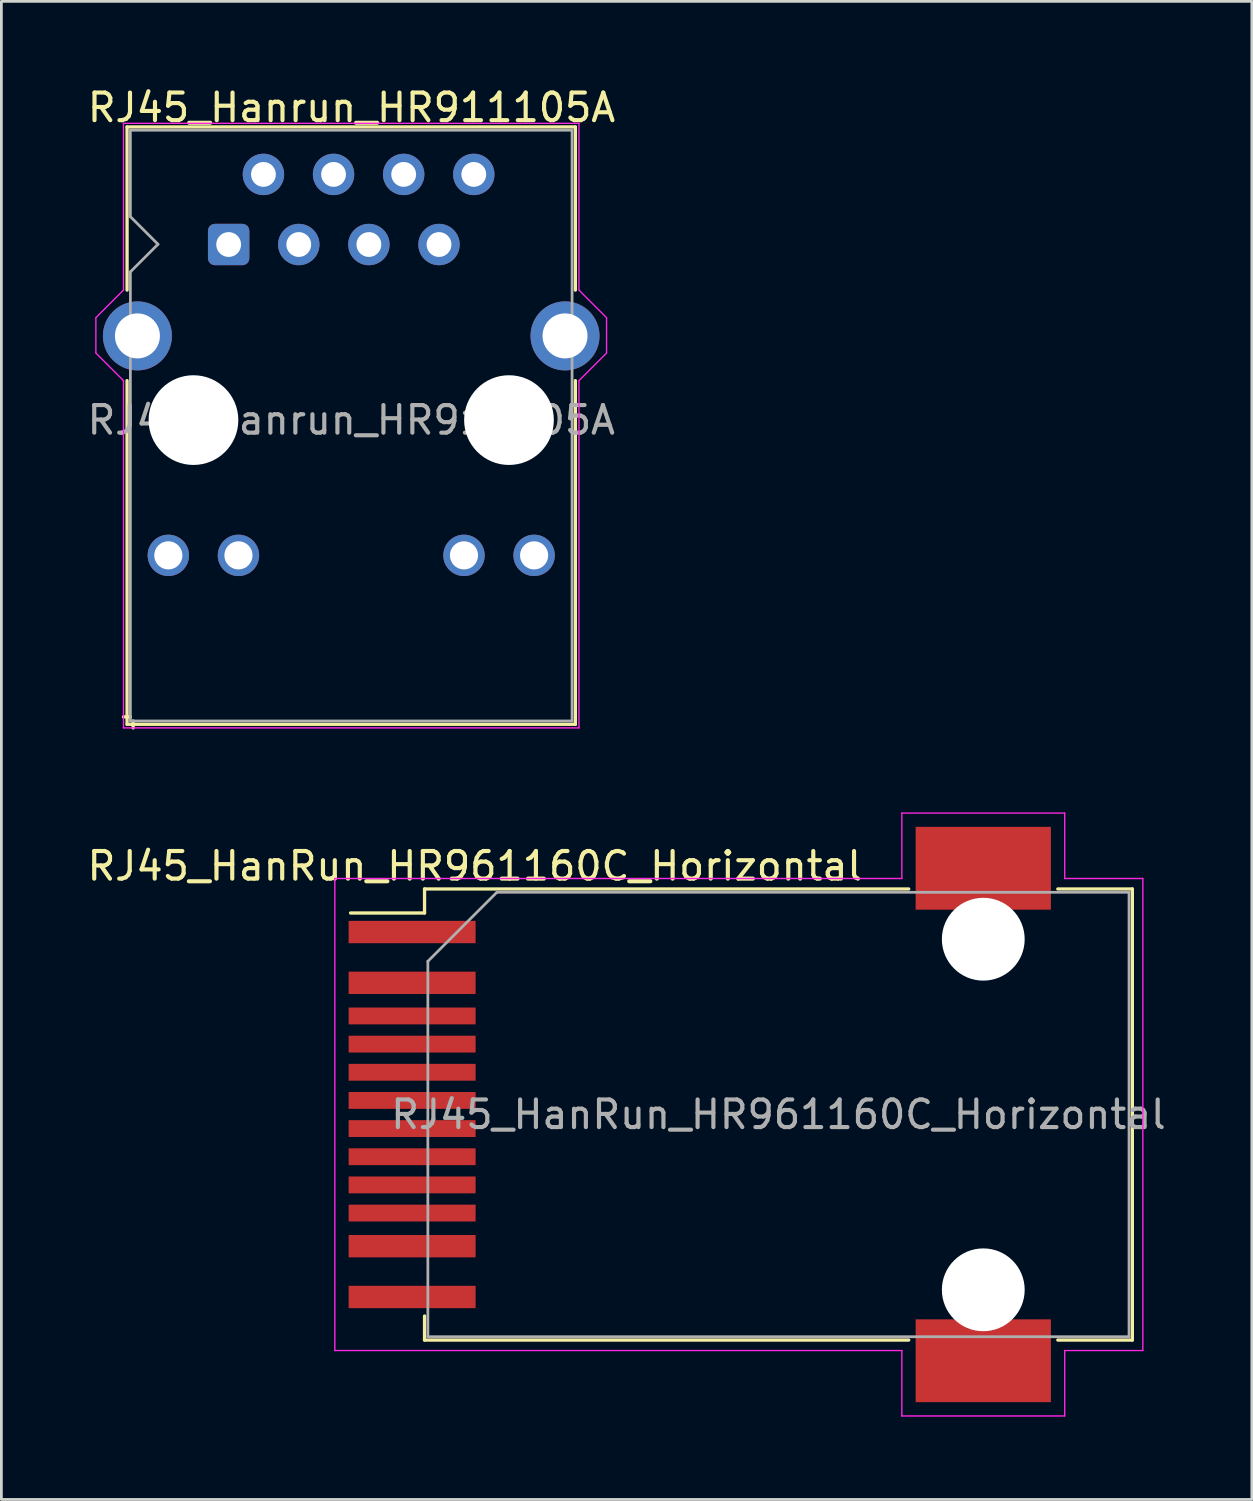
<source format=kicad_pcb>
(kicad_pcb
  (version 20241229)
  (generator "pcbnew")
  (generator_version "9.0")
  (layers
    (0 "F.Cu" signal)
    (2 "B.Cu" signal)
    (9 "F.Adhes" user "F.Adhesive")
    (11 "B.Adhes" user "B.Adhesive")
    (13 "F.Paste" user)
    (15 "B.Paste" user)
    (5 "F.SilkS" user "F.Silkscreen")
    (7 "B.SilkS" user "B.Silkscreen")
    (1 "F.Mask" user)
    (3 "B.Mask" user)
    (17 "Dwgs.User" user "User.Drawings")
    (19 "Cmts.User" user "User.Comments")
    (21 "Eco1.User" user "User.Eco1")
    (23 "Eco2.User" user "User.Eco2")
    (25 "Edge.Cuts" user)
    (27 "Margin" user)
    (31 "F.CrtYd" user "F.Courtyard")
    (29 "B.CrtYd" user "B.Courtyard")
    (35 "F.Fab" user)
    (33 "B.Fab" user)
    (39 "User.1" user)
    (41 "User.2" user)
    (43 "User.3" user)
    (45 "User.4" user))
  (footprint "RJ45_Hanrun_HR911105A"
    (layer "F.Cu")
    (at 5.233 5.808)
    (property "Reference" "RJ45_Hanrun_HR911105A" (at 4.45 -4.96 0) (layer "F.SilkS") (effects (font (size 1 1) (thickness 0.15))))
    (attr through_hole)
    (fp_line (start -3.68 -4.26) (end -3.68 1.65) (stroke (width 0.12) (type solid)) (layer "F.SilkS"))
    (fp_line (start -3.68 -4.26) (end 12.56 -4.26) (stroke (width 0.12) (type solid)) (layer "F.SilkS"))
    (fp_line (start -3.68 4.93) (end -3.68 17.38) (stroke (width 0.12) (type solid)) (layer "F.SilkS"))
    (fp_line (start -3.56 17.11) (end -3.81 17.11) (stroke (width 0.12) (type solid)) (layer "F.SilkS"))
    (fp_line (start -3.46 17.26) (end -3.46 17.51) (stroke (width 0.12) (type solid)) (layer "F.SilkS"))
    (fp_line (start 12.56 -4.26) (end 12.56 1.65) (stroke (width 0.12) (type solid)) (layer "F.SilkS"))
    (fp_line (start 12.56 4.93) (end 12.56 17.38) (stroke (width 0.12) (type solid)) (layer "F.SilkS"))
    (fp_line (start 12.56 17.38) (end -3.68 17.38) (stroke (width 0.12) (type solid)) (layer "F.SilkS"))
    (fp_line (start -4.81 3.93) (end -4.81 2.65) (stroke (width 0.05) (type solid)) (layer "F.CrtYd"))
    (fp_line (start -4.81 3.93) (end -3.81 4.93) (stroke (width 0.05) (type solid)) (layer "F.CrtYd"))
    (fp_line (start -3.81 -4.39) (end 12.69 -4.39) (stroke (width 0.05) (type solid)) (layer "F.CrtYd"))
    (fp_line (start -3.81 1.65) (end -4.81 2.65) (stroke (width 0.05) (type solid)) (layer "F.CrtYd"))
    (fp_line (start -3.81 1.65) (end -3.81 -4.4) (stroke (width 0.05) (type solid)) (layer "F.CrtYd"))
    (fp_line (start -3.81 4.93) (end -3.81 17.51) (stroke (width 0.05) (type solid)) (layer "F.CrtYd"))
    (fp_line (start -3.81 17.51) (end 12.69 17.51) (stroke (width 0.05) (type solid)) (layer "F.CrtYd"))
    (fp_line (start 12.69 1.65) (end 12.69 -4.39) (stroke (width 0.05) (type solid)) (layer "F.CrtYd"))
    (fp_line (start 12.69 1.65) (end 13.69 2.65) (stroke (width 0.05) (type solid)) (layer "F.CrtYd"))
    (fp_line (start 12.69 4.93) (end 12.69 17.51) (stroke (width 0.05) (type solid)) (layer "F.CrtYd"))
    (fp_line (start 13.69 3.93) (end 12.69 4.93) (stroke (width 0.05) (type solid)) (layer "F.CrtYd"))
    (fp_line (start 13.69 3.93) (end 13.69 2.65) (stroke (width 0.05) (type solid)) (layer "F.CrtYd"))
    (fp_line (start -3.56 -4.14) (end -3.56 -1.01) (stroke (width 0.1) (type solid)) (layer "F.Fab"))
    (fp_line (start -3.56 -4.14) (end 12.44 -4.14) (stroke (width 0.1) (type solid)) (layer "F.Fab"))
    (fp_line (start -3.56 0.99) (end -3.56 17.26) (stroke (width 0.1) (type solid)) (layer "F.Fab"))
    (fp_line (start -3.56 17.26) (end 12.44 17.26) (stroke (width 0.1) (type solid)) (layer "F.Fab"))
    (fp_line (start -2.56 -0.01) (end -3.56 -1.01) (stroke (width 0.1) (type solid)) (layer "F.Fab"))
    (fp_line (start -2.56 -0.01) (end -3.56 0.99) (stroke (width 0.1) (type solid)) (layer "F.Fab"))
    (fp_line (start 12.44 -4.14) (end 12.44 17.26) (stroke (width 0.1) (type solid)) (layer "F.Fab"))
    (fp_text user "${REFERENCE}" (at 4.44 6.36 0) (layer "F.Fab") (effects (font (size 1 1) (thickness 0.15))))
    (pad "" np_thru_hole circle (at -1.275 6.36) (size 3.25 3.25) (drill 3.25) (layers "*.Cu" "*.Mask"))
    (pad "" np_thru_hole circle (at 10.155 6.36) (size 3.25 3.25) (drill 3.25) (layers "*.Cu" "*.Mask"))
    (pad "1" thru_hole roundrect (at 0 0) (size 1.5 1.5) (drill 0.9) (layers "*.Cu" "*.Mask") (roundrect_rratio 0.167))
    (pad "2" thru_hole circle (at 1.26 -2.54) (size 1.5 1.5) (drill 0.9) (layers "*.Cu" "*.Mask"))
    (pad "3" thru_hole circle (at 2.54 0) (size 1.5 1.5) (drill 0.9) (layers "*.Cu" "*.Mask"))
    (pad "4" thru_hole circle (at 3.8 -2.54) (size 1.5 1.5) (drill 0.9) (layers "*.Cu" "*.Mask"))
    (pad "5" thru_hole circle (at 5.08 0) (size 1.5 1.5) (drill 0.9) (layers "*.Cu" "*.Mask"))
    (pad "6" thru_hole circle (at 6.34 -2.54 90) (size 1.5 1.5) (drill 0.9) (layers "*.Cu" "*.Mask"))
    (pad "7" thru_hole circle (at 7.62 0) (size 1.5 1.5) (drill 0.9) (layers "*.Cu" "*.Mask"))
    (pad "8" thru_hole circle (at 8.88 -2.54) (size 1.5 1.5) (drill 0.9) (layers "*.Cu" "*.Mask"))
    (pad "9" thru_hole circle (at -2.185 11.26) (size 1.5 1.5) (drill 1.02) (layers "*.Cu" "*.Mask"))
    (pad "10" thru_hole circle (at 0.355 11.26) (size 1.5 1.5) (drill 1.02) (layers "*.Cu" "*.Mask"))
    (pad "11" thru_hole circle (at 8.525 11.26) (size 1.5 1.5) (drill 1.02) (layers "*.Cu" "*.Mask"))
    (pad "12" thru_hole circle (at 11.065 11.26) (size 1.5 1.5) (drill 1.02) (layers "*.Cu" "*.Mask"))
    (pad "SH" thru_hole circle (at -3.305 3.31) (size 2.5 2.5) (drill 1.63) (layers "*.Cu" "*.Mask"))
    (pad "SH" thru_hole circle (at 12.185 3.31) (size 2.5 2.5) (drill 1.63) (layers "*.Cu" "*.Mask")))
  (footprint "RJ45_HanRun_HR961160C_Horizontal"
    (layer "F.Cu")
    (at 25.149 37.323)
    (property "Reference" "RJ45_HanRun_HR961160C_Horizontal" (at -11 -9 0) (layer "F.SilkS") (effects (font (size 1 1) (thickness 0.15))))
    (attr smd)
    (fp_line (start -12.82 -8.17) (end -12.82 -7.3) (stroke (width 0.12) (type solid)) (layer "F.SilkS"))
    (fp_line (start -12.82 -8.17) (end 4.72 -8.17) (stroke (width 0.12) (type solid)) (layer "F.SilkS"))
    (fp_line (start -12.82 -7.3) (end -15.5 -7.3) (stroke (width 0.12) (type solid)) (layer "F.SilkS"))
    (fp_line (start -12.82 8.17) (end -12.82 7.3) (stroke (width 0.12) (type solid)) (layer "F.SilkS"))
    (fp_line (start -12.82 8.17) (end 4.72 8.17) (stroke (width 0.12) (type solid)) (layer "F.SilkS"))
    (fp_line (start 12.82 -8.17) (end 10.12 -8.17) (stroke (width 0.12) (type solid)) (layer "F.SilkS"))
    (fp_line (start 12.82 -8.17) (end 12.82 8.17) (stroke (width 0.12) (type solid)) (layer "F.SilkS"))
    (fp_line (start 12.82 8.17) (end 10.12 8.17) (stroke (width 0.12) (type solid)) (layer "F.SilkS"))
    (fp_line (start -16.07 -8.55) (end -16.07 8.55) (stroke (width 0.05) (type solid)) (layer "F.CrtYd"))
    (fp_line (start -16.07 -8.55) (end 4.47 -8.55) (stroke (width 0.05) (type solid)) (layer "F.CrtYd"))
    (fp_line (start -16.07 8.55) (end 4.47 8.55) (stroke (width 0.05) (type solid)) (layer "F.CrtYd"))
    (fp_line (start 4.47 -10.92) (end 4.47 -8.55) (stroke (width 0.05) (type solid)) (layer "F.CrtYd"))
    (fp_line (start 4.47 -10.92) (end 10.37 -10.92) (stroke (width 0.05) (type solid)) (layer "F.CrtYd"))
    (fp_line (start 4.47 8.55) (end 4.47 10.92) (stroke (width 0.05) (type solid)) (layer "F.CrtYd"))
    (fp_line (start 4.47 10.92) (end 10.37 10.92) (stroke (width 0.05) (type solid)) (layer "F.CrtYd"))
    (fp_line (start 10.37 -10.92) (end 10.37 -8.55) (stroke (width 0.05) (type solid)) (layer "F.CrtYd"))
    (fp_line (start 10.37 8.55) (end 10.37 10.92) (stroke (width 0.05) (type solid)) (layer "F.CrtYd"))
    (fp_line (start 13.2 -8.55) (end 10.37 -8.55) (stroke (width 0.05) (type solid)) (layer "F.CrtYd"))
    (fp_line (start 13.2 -8.55) (end 13.2 8.55) (stroke (width 0.05) (type solid)) (layer "F.CrtYd"))
    (fp_line (start 13.2 8.55) (end 10.37 8.55) (stroke (width 0.05) (type solid)) (layer "F.CrtYd"))
    (fp_line (start -12.7 -5.55) (end -12.7 8.05) (stroke (width 0.1) (type solid)) (layer "F.Fab"))
    (fp_line (start -12.7 -5.55) (end -10.2 -8.05) (stroke (width 0.1) (type solid)) (layer "F.Fab"))
    (fp_line (start -12.7 8.05) (end 12.7 8.05) (stroke (width 0.1) (type solid)) (layer "F.Fab"))
    (fp_line (start 12.7 -8.05) (end -10.2 -8.05) (stroke (width 0.1) (type solid)) (layer "F.Fab"))
    (fp_line (start 12.7 8.05) (end 12.7 -8.05) (stroke (width 0.1) (type solid)) (layer "F.Fab"))
    (fp_text user "${REFERENCE}" (at 0 0 0) (layer "F.Fab") (effects (font (size 1 1) (thickness 0.15))))
    (pad "" np_thru_hole circle (at 7.42 -6.35) (size 3 3) (drill 3) (layers "*.Cu" "*.Mask"))
    (pad "" np_thru_hole circle (at 7.42 6.35) (size 3 3) (drill 3) (layers "*.Cu" "*.Mask"))
    (pad "1" smd rect (at -13.27 -6.61) (size 4.6 0.81) (layers "F.Cu" "F.Mask" "F.Paste"))
    (pad "2" smd rect (at -13.27 -4.77) (size 4.6 0.81) (layers "F.Cu" "F.Mask" "F.Paste"))
    (pad "3" smd rect (at -13.27 -3.57) (size 4.6 0.61) (layers "F.Cu" "F.Mask" "F.Paste"))
    (pad "4" smd rect (at -13.27 -2.55) (size 4.6 0.61) (layers "F.Cu" "F.Mask" "F.Paste"))
    (pad "5" smd rect (at -13.27 -1.53) (size 4.6 0.61) (layers "F.Cu" "F.Mask" "F.Paste"))
    (pad "6" smd rect (at -13.27 -0.51) (size 4.6 0.61) (layers "F.Cu" "F.Mask" "F.Paste"))
    (pad "7" smd rect (at -13.27 0.51) (size 4.6 0.61) (layers "F.Cu" "F.Mask" "F.Paste"))
    (pad "8" smd rect (at -13.27 1.53) (size 4.6 0.61) (layers "F.Cu" "F.Mask" "F.Paste"))
    (pad "9" smd rect (at -13.27 2.55) (size 4.6 0.61) (layers "F.Cu" "F.Mask" "F.Paste"))
    (pad "10" smd rect (at -13.27 3.57) (size 4.6 0.61) (layers "F.Cu" "F.Mask" "F.Paste"))
    (pad "11" smd rect (at -13.27 4.77) (size 4.6 0.81) (layers "F.Cu" "F.Mask" "F.Paste"))
    (pad "12" smd rect (at -13.27 6.61) (size 4.6 0.81) (layers "F.Cu" "F.Mask" "F.Paste"))
    (pad "SH" smd rect (at 7.42 -8.92) (size 4.9 3) (layers "F.Cu" "F.Mask" "F.Paste"))
    (pad "SH" smd rect (at 7.42 8.92) (size 4.9 3) (layers "F.Cu" "F.Mask" "F.Paste")))
  (gr_rect
    (start -3 -3)
    (end 42.298 51.268)
    (stroke (width 0.1) (type default))
    (fill no)
    (layer "Edge.Cuts")))
</source>
